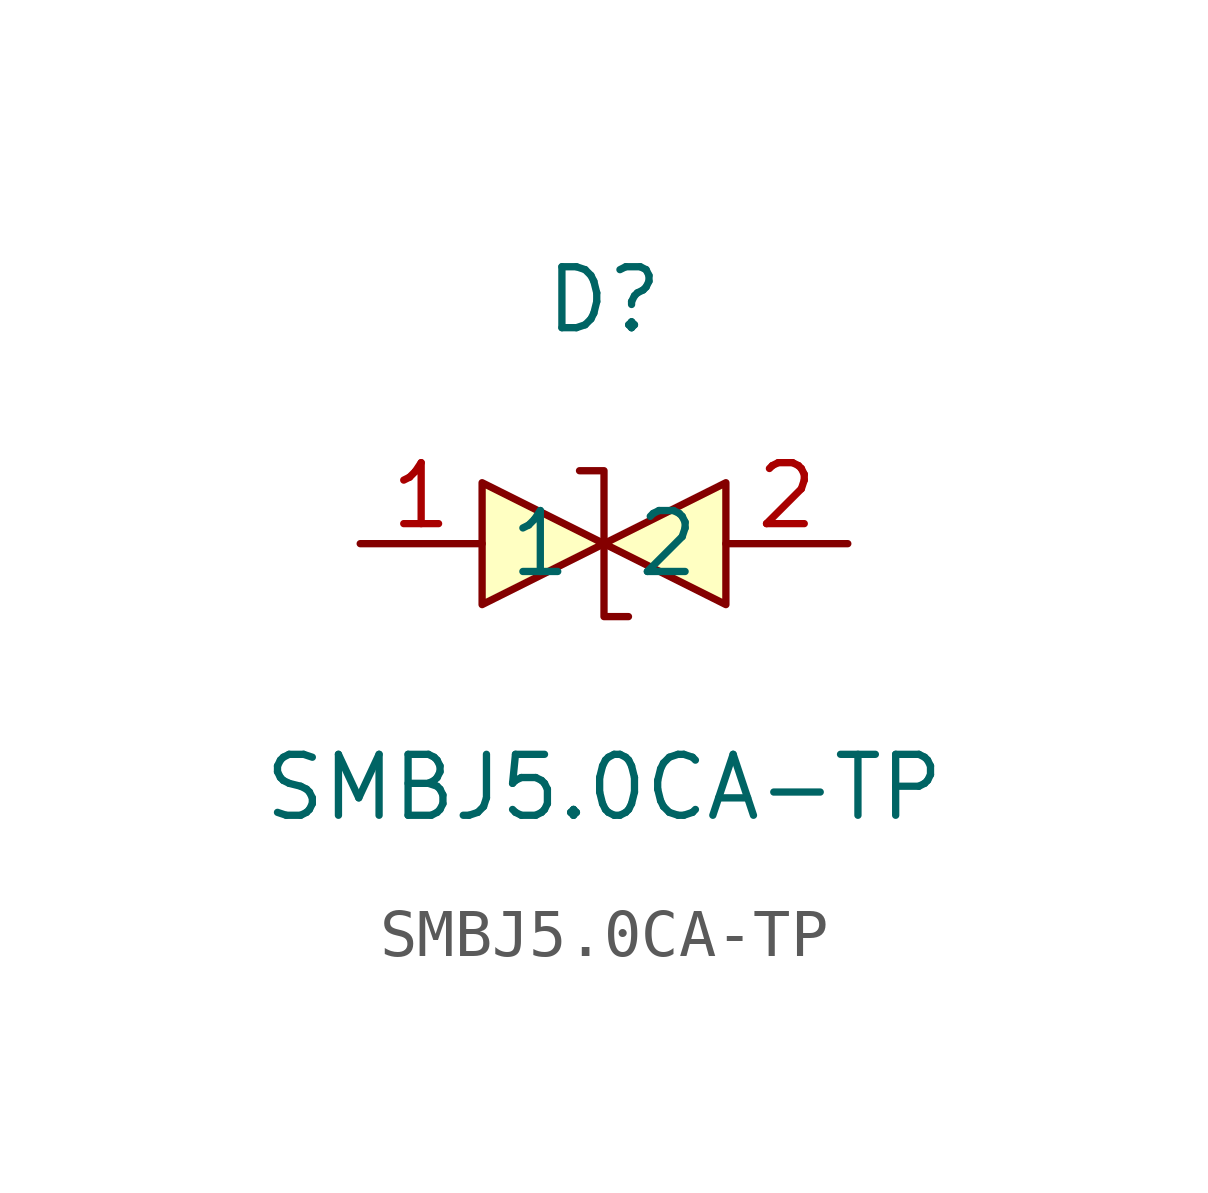
<source format=kicad_sym>
(kicad_symbol_lib
  (version 20211014)
  (generator kicad_symbol_editor)
  (symbol "SMBJ5.0CA-TP"
    (property "Reference" "D"
      (at 0 5.08 0)
      (effects (font (size 1.27 1.27))))
    (property "Value" "SMBJ5.0CA-TP"
      (at 0 -5.08 0)
      (effects (font (size 1.27 1.27))))
    (symbol "SMBJ5.0CA-TP_0_1"
      (polyline (pts (xy -2.54 1.27) (xy 0 0) (xy -2.54 -1.27) (xy -2.54 1.27)) (stroke (width 0) (type default) (color 0 0 0 0)) (fill (type background)))
      (polyline (pts (xy 2.54 1.27) (xy 0 0) (xy 2.54 -1.27) (xy 2.54 1.27)) (stroke (width 0) (type default) (color 0 0 0 0)) (fill (type background)))
      (polyline (pts (xy -0.51 1.52) (xy -0.51 1.52) (xy 0 1.52) (xy 0 -1.52) (xy 0.51 -1.52) (xy 0.51 -1.52)) (stroke (width 0) (type default) (color 0 0 0 0)) (fill (type none)))
      (pin power_in line (at -5.08 0 0) (length 2.54) (name "1" (effects (font (size 1.27 1.27)))) (number "1" (effects (font (size 1.27 1.27)))))
      (pin power_in line (at 5.08 0 180) (length 2.54) (name "2" (effects (font (size 1.27 1.27)))) (number "2" (effects (font (size 1.27 1.27))))))))
</source>
